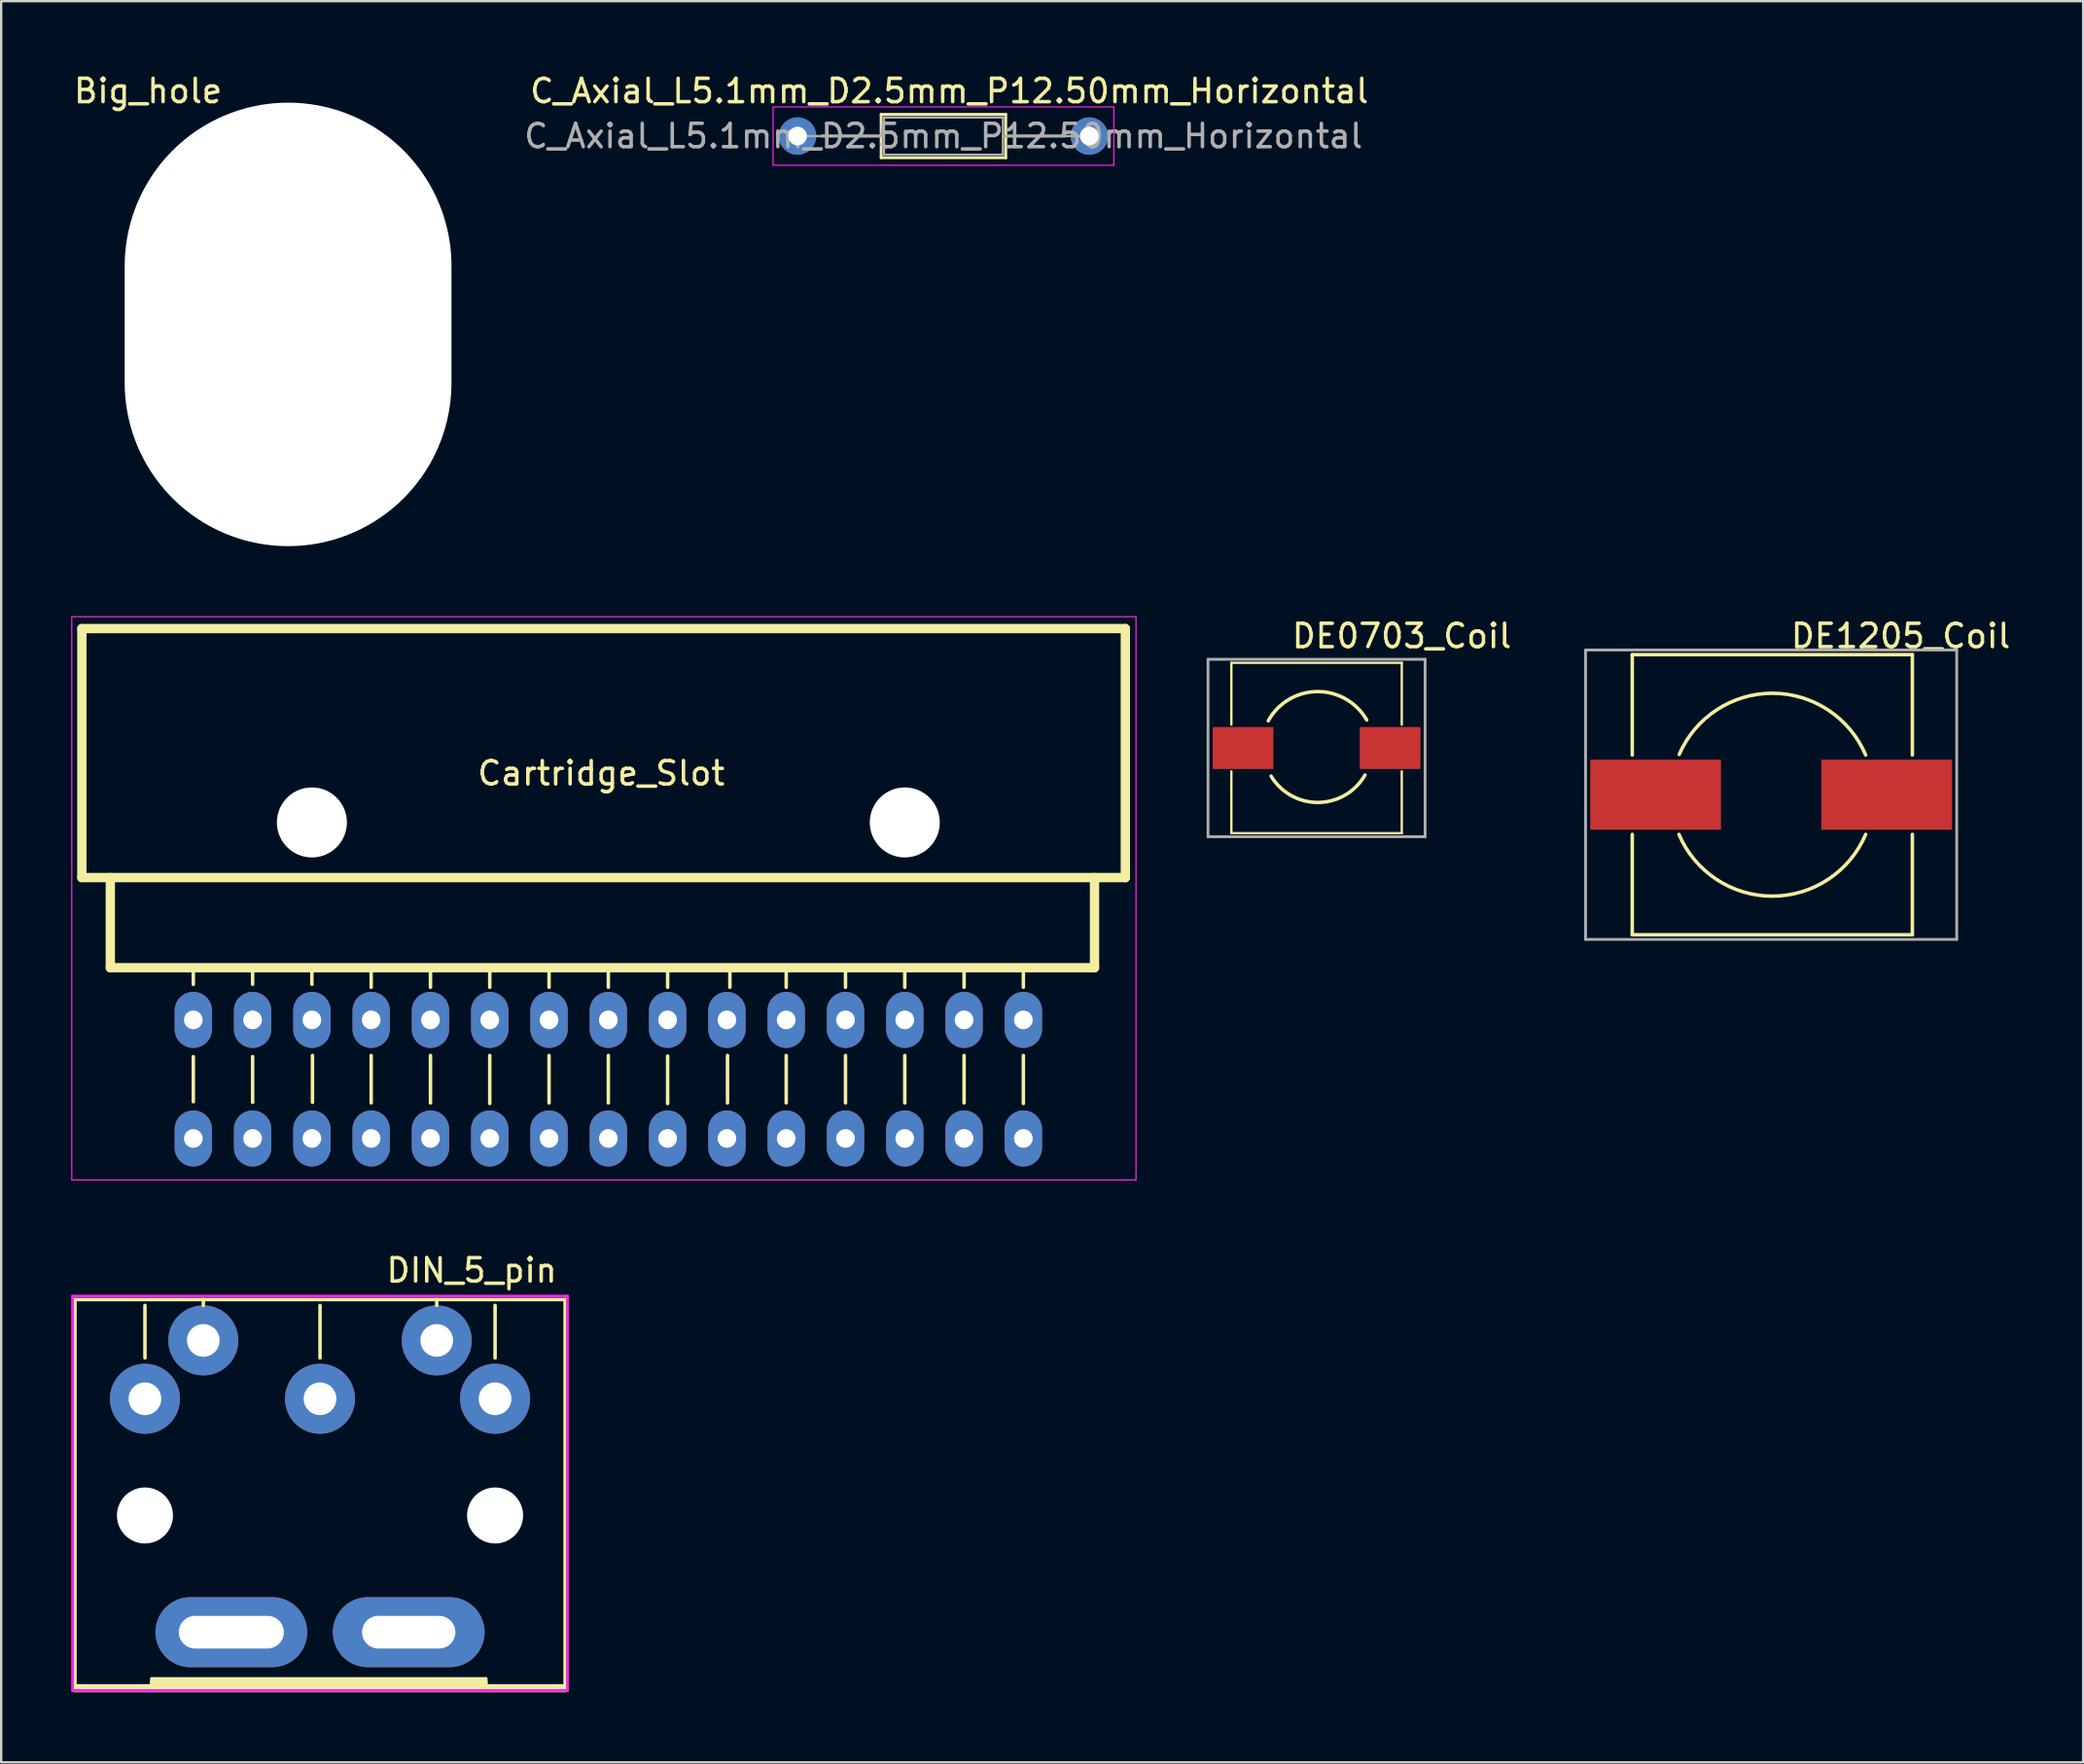
<source format=kicad_pcb>
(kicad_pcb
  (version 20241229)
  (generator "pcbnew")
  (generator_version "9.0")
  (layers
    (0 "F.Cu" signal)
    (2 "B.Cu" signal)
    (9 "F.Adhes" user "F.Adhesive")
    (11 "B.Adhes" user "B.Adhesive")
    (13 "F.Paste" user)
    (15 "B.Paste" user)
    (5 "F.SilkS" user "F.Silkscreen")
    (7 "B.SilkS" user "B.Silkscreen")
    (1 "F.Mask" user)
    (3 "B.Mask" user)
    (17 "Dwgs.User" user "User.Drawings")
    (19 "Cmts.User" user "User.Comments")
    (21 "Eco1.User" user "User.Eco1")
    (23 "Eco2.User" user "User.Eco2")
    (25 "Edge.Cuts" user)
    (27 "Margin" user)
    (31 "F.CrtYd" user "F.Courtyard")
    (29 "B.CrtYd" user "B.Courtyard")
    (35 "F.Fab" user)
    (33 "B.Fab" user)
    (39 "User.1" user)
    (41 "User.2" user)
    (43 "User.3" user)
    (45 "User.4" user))
  (footprint "Big_hole"
    (layer "F.Cu")
    (at 9.292 10.848)
    (property "Reference" "Big_hole" (at -6 -10 0) (layer "F.SilkS") (effects (font (size 1 1) (thickness 0.15))))
    (attr through_hole)
    (pad "" np_thru_hole oval (at 0 0) (size 14 19) (drill oval 14 19) (layers "*.Cu" "*.Mask")))
  (footprint "C_Axial_L5.1mm_D2.5mm_P12.50mm_Horizontal"
    (layer "F.Cu")
    (at 31.119 2.779)
    (property "Reference" "C_Axial_L5.1mm_D2.5mm_P12.50mm_Horizontal" (at 6.502 -1.93 0) (layer "F.SilkS") (effects (font (size 1 1) (thickness 0.15))))
    (attr through_hole)
    (fp_line (start 1.04 0) (end 3.58 0) (stroke (width 0.12) (type solid)) (layer "F.SilkS"))
    (fp_line (start 3.58 -0.93) (end 3.58 0.93) (stroke (width 0.12) (type solid)) (layer "F.SilkS"))
    (fp_line (start 3.58 0.93) (end 8.92 0.93) (stroke (width 0.12) (type solid)) (layer "F.SilkS"))
    (fp_line (start 8.92 -0.93) (end 3.58 -0.93) (stroke (width 0.12) (type solid)) (layer "F.SilkS"))
    (fp_line (start 8.92 0.93) (end 8.92 -0.93) (stroke (width 0.12) (type solid)) (layer "F.SilkS"))
    (fp_line (start 11.46 0) (end 8.92 0) (stroke (width 0.12) (type solid)) (layer "F.SilkS"))
    (fp_line (start -1.05 -1.25) (end -1.05 1.25) (stroke (width 0.05) (type solid)) (layer "F.CrtYd"))
    (fp_line (start -1.05 1.25) (end 13.55 1.25) (stroke (width 0.05) (type solid)) (layer "F.CrtYd"))
    (fp_line (start 13.55 -1.25) (end -1.05 -1.25) (stroke (width 0.05) (type solid)) (layer "F.CrtYd"))
    (fp_line (start 13.55 1.25) (end 13.55 -1.25) (stroke (width 0.05) (type solid)) (layer "F.CrtYd"))
    (fp_line (start 0 0) (end 3.7 0) (stroke (width 0.1) (type solid)) (layer "F.Fab"))
    (fp_line (start 3.7 -0.8) (end 3.7 0.8) (stroke (width 0.1) (type solid)) (layer "F.Fab"))
    (fp_line (start 3.7 0.8) (end 8.8 0.8) (stroke (width 0.1) (type solid)) (layer "F.Fab"))
    (fp_line (start 8.8 -0.8) (end 3.7 -0.8) (stroke (width 0.1) (type solid)) (layer "F.Fab"))
    (fp_line (start 8.8 0.8) (end 8.8 -0.8) (stroke (width 0.1) (type solid)) (layer "F.Fab"))
    (fp_line (start 12.5 0) (end 8.8 0) (stroke (width 0.1) (type solid)) (layer "F.Fab"))
    (fp_text user "${REFERENCE}" (at 6.25 0 0) (layer "F.Fab") (effects (font (size 1 1) (thickness 0.15))))
    (pad "1" thru_hole circle (at 0 0) (size 1.6 1.6) (drill 0.8) (layers "*.Cu" "*.Mask"))
    (pad "2" thru_hole oval (at 12.5 0) (size 1.6 1.6) (drill 0.8) (layers "*.Cu" "*.Mask")))
  (footprint "Cartridge_Slot"
    (layer "F.Cu")
    (at 23.012 45.725)
    (property "Reference" "Cartridge_Slot" (at -0.305 -15.646 0) (layer "F.SilkS") (effects (font (size 1 1) (thickness 0.15))))
    (attr through_hole)
    (fp_line (start -22.555 -21.844) (end -22.555 -11.176) (stroke (width 0.4) (type solid)) (layer "F.SilkS"))
    (fp_line (start -22.555 -11.176) (end 22.149 -11.176) (stroke (width 0.4) (type solid)) (layer "F.SilkS"))
    (fp_line (start -21.336 -11.176) (end -21.336 -7.315) (stroke (width 0.4) (type solid)) (layer "F.SilkS"))
    (fp_line (start -21.336 -7.315) (end 20.828 -7.315) (stroke (width 0.4) (type solid)) (layer "F.SilkS"))
    (fp_line (start -17.78 -6.604) (end -17.78 -7.112) (stroke (width 0.15) (type solid)) (layer "F.SilkS"))
    (fp_line (start -17.78 -3.505) (end -17.78 -1.575) (stroke (width 0.15) (type solid)) (layer "F.SilkS"))
    (fp_line (start -15.24 -6.604) (end -15.24 -7.112) (stroke (width 0.15) (type solid)) (layer "F.SilkS"))
    (fp_line (start -15.24 -3.505) (end -15.24 -1.549) (stroke (width 0.15) (type solid)) (layer "F.SilkS"))
    (fp_line (start -12.7 -6.604) (end -12.7 -7.112) (stroke (width 0.15) (type solid)) (layer "F.SilkS"))
    (fp_line (start -12.675 -3.556) (end -12.675 -1.549) (stroke (width 0.15) (type solid)) (layer "F.SilkS"))
    (fp_line (start -10.16 -6.477) (end -10.16 -7.112) (stroke (width 0.15) (type solid)) (layer "F.SilkS"))
    (fp_line (start -10.16 -3.556) (end -10.16 -1.524) (stroke (width 0.15) (type solid)) (layer "F.SilkS"))
    (fp_line (start -7.62 -6.477) (end -7.62 -7.112) (stroke (width 0.15) (type solid)) (layer "F.SilkS"))
    (fp_line (start -7.62 -3.556) (end -7.62 -1.524) (stroke (width 0.15) (type solid)) (layer "F.SilkS"))
    (fp_line (start -5.08 -6.477) (end -5.08 -7.112) (stroke (width 0.15) (type solid)) (layer "F.SilkS"))
    (fp_line (start -5.08 -3.556) (end -5.08 -1.499) (stroke (width 0.15) (type solid)) (layer "F.SilkS"))
    (fp_line (start -2.54 -6.477) (end -2.54 -7.112) (stroke (width 0.15) (type solid)) (layer "F.SilkS"))
    (fp_line (start -2.54 -3.556) (end -2.54 -1.524) (stroke (width 0.15) (type solid)) (layer "F.SilkS"))
    (fp_line (start 0 -6.477) (end 0 -7.112) (stroke (width 0.15) (type solid)) (layer "F.SilkS"))
    (fp_line (start 0 -3.556) (end 0 -1.524) (stroke (width 0.15) (type solid)) (layer "F.SilkS"))
    (fp_line (start 2.54 -6.477) (end 2.54 -7.112) (stroke (width 0.15) (type solid)) (layer "F.SilkS"))
    (fp_line (start 2.54 -3.531) (end 2.54 -1.499) (stroke (width 0.15) (type solid)) (layer "F.SilkS"))
    (fp_line (start 5.105 -3.556) (end 5.105 -1.524) (stroke (width 0.15) (type solid)) (layer "F.SilkS"))
    (fp_line (start 5.207 -6.477) (end 5.207 -7.112) (stroke (width 0.15) (type solid)) (layer "F.SilkS"))
    (fp_line (start 7.62 -6.477) (end 7.62 -7.112) (stroke (width 0.15) (type solid)) (layer "F.SilkS"))
    (fp_line (start 7.62 -3.556) (end 7.62 -1.524) (stroke (width 0.15) (type solid)) (layer "F.SilkS"))
    (fp_line (start 10.16 -6.477) (end 10.16 -7.112) (stroke (width 0.15) (type solid)) (layer "F.SilkS"))
    (fp_line (start 10.16 -3.556) (end 10.16 -1.524) (stroke (width 0.15) (type solid)) (layer "F.SilkS"))
    (fp_line (start 12.7 -6.477) (end 12.7 -7.112) (stroke (width 0.15) (type solid)) (layer "F.SilkS"))
    (fp_line (start 12.7 -3.556) (end 12.7 -1.524) (stroke (width 0.15) (type solid)) (layer "F.SilkS"))
    (fp_line (start 15.24 -6.477) (end 15.24 -7.112) (stroke (width 0.15) (type solid)) (layer "F.SilkS"))
    (fp_line (start 15.24 -3.556) (end 15.24 -1.524) (stroke (width 0.15) (type solid)) (layer "F.SilkS"))
    (fp_line (start 17.78 -6.477) (end 17.78 -7.112) (stroke (width 0.15) (type solid)) (layer "F.SilkS"))
    (fp_line (start 17.78 -3.556) (end 17.78 -1.499) (stroke (width 0.15) (type solid)) (layer "F.SilkS"))
    (fp_line (start 20.828 -7.315) (end 20.828 -11.176) (stroke (width 0.4) (type solid)) (layer "F.SilkS"))
    (fp_line (start 22.149 -21.844) (end -22.555 -21.844) (stroke (width 0.4) (type solid)) (layer "F.SilkS"))
    (fp_line (start 22.149 -11.176) (end 22.149 -21.844) (stroke (width 0.4) (type solid)) (layer "F.SilkS"))
    (fp_line (start -22.987 -22.352) (end -22.987 1.778) (stroke (width 0.05) (type solid)) (layer "F.CrtYd"))
    (fp_line (start -22.987 -22.352) (end 22.606 -22.352) (stroke (width 0.05) (type solid)) (layer "F.CrtYd"))
    (fp_line (start -22.987 1.778) (end 22.606 1.778) (stroke (width 0.05) (type solid)) (layer "F.CrtYd"))
    (fp_line (start 22.606 -22.352) (end 22.606 1.524) (stroke (width 0.05) (type solid)) (layer "F.CrtYd"))
    (fp_line (start 22.606 1.778) (end 22.606 1.524) (stroke (width 0.05) (type solid)) (layer "F.CrtYd"))
    (pad "" np_thru_hole circle (at -12.7 -13.54) (size 3 3) (drill 3) (layers "*.Cu" "*.Mask"))
    (pad "" np_thru_hole circle (at 12.7 -13.54) (size 3 3) (drill 3) (layers "*.Cu" "*.Mask"))
    (pad "1" thru_hole oval (at 17.78 -5.08) (size 1.6 2.4) (drill 0.8) (layers "*.Cu" "*.Mask"))
    (pad "2" thru_hole oval (at 15.24 -5.08) (size 1.6 2.4) (drill 0.8) (layers "*.Cu" "*.Mask"))
    (pad "3" thru_hole oval (at 12.7 -5.08) (size 1.6 2.4) (drill 0.8) (layers "*.Cu" "*.Mask"))
    (pad "4" thru_hole oval (at 10.16 -5.08) (size 1.6 2.4) (drill 0.8) (layers "*.Cu" "*.Mask"))
    (pad "5" thru_hole oval (at 7.62 -5.08) (size 1.6 2.4) (drill 0.8) (layers "*.Cu" "*.Mask"))
    (pad "6" thru_hole oval (at 5.08 -5.08) (size 1.6 2.4) (drill 0.8) (layers "*.Cu" "*.Mask"))
    (pad "7" thru_hole oval (at 2.54 -5.08) (size 1.6 2.4) (drill 0.8) (layers "*.Cu" "*.Mask"))
    (pad "8" thru_hole oval (at 0 -5.08) (size 1.6 2.4) (drill 0.8) (layers "*.Cu" "*.Mask"))
    (pad "9" thru_hole oval (at -2.54 -5.08) (size 1.6 2.4) (drill 0.8) (layers "*.Cu" "*.Mask"))
    (pad "10" thru_hole oval (at -5.08 -5.08) (size 1.6 2.4) (drill 0.8) (layers "*.Cu" "*.Mask"))
    (pad "11" thru_hole oval (at -7.62 -5.08) (size 1.6 2.4) (drill 0.8) (layers "*.Cu" "*.Mask"))
    (pad "12" thru_hole oval (at -10.16 -5.08) (size 1.6 2.4) (drill 0.8) (layers "*.Cu" "*.Mask"))
    (pad "13" thru_hole oval (at -12.7 -5.08) (size 1.6 2.4) (drill 0.8) (layers "*.Cu" "*.Mask"))
    (pad "14" thru_hole oval (at -15.24 -5.08) (size 1.6 2.4) (drill 0.8) (layers "*.Cu" "*.Mask"))
    (pad "15" thru_hole oval (at -17.78 -5.08) (size 1.6 2.4) (drill 0.8) (layers "*.Cu" "*.Mask"))
    (pad "A" thru_hole oval (at 17.78 0) (size 1.6 2.4) (drill 0.8) (layers "*.Cu" "*.Mask"))
    (pad "B" thru_hole oval (at 15.24 0) (size 1.6 2.4) (drill 0.8) (layers "*.Cu" "*.Mask"))
    (pad "C" thru_hole oval (at 12.7 0) (size 1.6 2.4) (drill 0.8) (layers "*.Cu" "*.Mask"))
    (pad "D" thru_hole oval (at 10.16 0) (size 1.6 2.4) (drill 0.8) (layers "*.Cu" "*.Mask"))
    (pad "E" thru_hole oval (at 7.62 0) (size 1.6 2.4) (drill 0.8) (layers "*.Cu" "*.Mask"))
    (pad "F" thru_hole oval (at 5.08 0) (size 1.6 2.4) (drill 0.8) (layers "*.Cu" "*.Mask"))
    (pad "H" thru_hole oval (at 2.54 0) (size 1.6 2.4) (drill 0.8) (layers "*.Cu" "*.Mask"))
    (pad "J" thru_hole oval (at 0 0) (size 1.6 2.4) (drill 0.8) (layers "*.Cu" "*.Mask"))
    (pad "K" thru_hole oval (at -2.54 0) (size 1.6 2.4) (drill 0.8) (layers "*.Cu" "*.Mask"))
    (pad "L" thru_hole oval (at -5.08 0) (size 1.6 2.4) (drill 0.8) (layers "*.Cu" "*.Mask"))
    (pad "M" thru_hole oval (at -7.62 0) (size 1.6 2.4) (drill 0.8) (layers "*.Cu" "*.Mask"))
    (pad "N" thru_hole oval (at -10.16 0) (size 1.6 2.4) (drill 0.8) (layers "*.Cu" "*.Mask"))
    (pad "P" thru_hole oval (at -12.7 0) (size 1.6 2.4) (drill 0.8) (layers "*.Cu" "*.Mask"))
    (pad "R" thru_hole oval (at -15.24 0) (size 1.6 2.4) (drill 0.8) (layers "*.Cu" "*.Mask"))
    (pad "S" thru_hole oval (at -17.78 0) (size 1.6 2.4) (drill 0.8) (layers "*.Cu" "*.Mask")))
  (footprint "DE0703_Coil"
    (layer "F.Cu")
    (at 50.203 28.997)
    (property "Reference" "DE0703_Coil" (at 6.8 -4.8 0) (layer "F.SilkS") (effects (font (size 1 1) (thickness 0.15))))
    (attr through_hole)
    (fp_line (start -0.5 -3.65) (end -0.5 -1) (stroke (width 0.1) (type solid)) (layer "F.SilkS"))
    (fp_line (start -0.5 -3.65) (end 6.8 -3.65) (stroke (width 0.1) (type solid)) (layer "F.SilkS"))
    (fp_line (start -0.5 3.65) (end -0.5 1) (stroke (width 0.1) (type solid)) (layer "F.SilkS"))
    (fp_line (start -0.5 3.65) (end 6.8 3.65) (stroke (width 0.1) (type solid)) (layer "F.SilkS"))
    (fp_line (start 6.8 -3.65) (end 6.8 -1) (stroke (width 0.1) (type solid)) (layer "F.SilkS"))
    (fp_line (start 6.8 3.65) (end 6.8 1) (stroke (width 0.1) (type solid)) (layer "F.SilkS"))
    (fp_arc (start 1.080718 -1.165606) (mid 3.180285 -2.418596) (end 5.299999 -1.199999) (stroke (width 0.15) (type solid)) (layer "F.SilkS"))
    (fp_arc (start 5.225072 1.157185) (mid 3.224808 2.332247) (end 1.200001 1.199999) (stroke (width 0.15) (type solid)) (layer "F.SilkS"))
    (fp_line (start -1.5 -3.8) (end 7.8 -3.8) (stroke (width 0.12) (type solid)) (layer "F.Fab"))
    (fp_line (start -1.5 3.8) (end -1.5 -3.8) (stroke (width 0.12) (type solid)) (layer "F.Fab"))
    (fp_line (start 7.8 -3.8) (end 7.8 3.8) (stroke (width 0.12) (type solid)) (layer "F.Fab"))
    (fp_line (start 7.8 3.8) (end -1.5 3.8) (stroke (width 0.12) (type solid)) (layer "F.Fab"))
    (pad "1" smd rect (at 0 0) (size 2.6 1.8) (layers "F.Cu" "F.Mask" "F.Paste"))
    (pad "2" smd rect (at 6.3 0) (size 2.6 1.8) (layers "F.Cu" "F.Mask" "F.Paste")))
  (footprint "DE1205_Coil"
    (layer "F.Cu")
    (at 67.878 30.997)
    (property "Reference" "DE1205_Coil" (at 10.5 -6.8 0) (layer "F.SilkS") (effects (font (size 1 1) (thickness 0.15))))
    (attr through_hole)
    (fp_line (start -1 -6) (end -1 -1.7) (stroke (width 0.15) (type solid)) (layer "F.SilkS"))
    (fp_line (start -1 -6) (end 11 -6) (stroke (width 0.15) (type solid)) (layer "F.SilkS"))
    (fp_line (start -1 6) (end -1 1.7) (stroke (width 0.15) (type solid)) (layer "F.SilkS"))
    (fp_line (start -1 6) (end 11 6) (stroke (width 0.15) (type solid)) (layer "F.SilkS"))
    (fp_line (start 11 -6) (end 11 -1.7) (stroke (width 0.15) (type solid)) (layer "F.SilkS"))
    (fp_line (start 11 6) (end 11 1.7) (stroke (width 0.15) (type solid)) (layer "F.SilkS"))
    (fp_arc (start 1.010754 -1.72508) (mid 5.013644 -4.34624) (end 8.999999 -1.699999) (stroke (width 0.15) (type solid)) (layer "F.SilkS"))
    (fp_arc (start 8.999999 1.7) (mid 5 4.346262) (end 1.000001 1.699999) (stroke (width 0.15) (type solid)) (layer "F.SilkS"))
    (fp_line (start -3 -6.2) (end 12.9 -6.2) (stroke (width 0.12) (type solid)) (layer "F.Fab"))
    (fp_line (start -3 -1.1) (end -3 -6.2) (stroke (width 0.12) (type solid)) (layer "F.Fab"))
    (fp_line (start -3 6.2) (end -3 -1.1) (stroke (width 0.12) (type solid)) (layer "F.Fab"))
    (fp_line (start 12.9 -6.2) (end 12.9 6.2) (stroke (width 0.12) (type solid)) (layer "F.Fab"))
    (fp_line (start 12.9 6.2) (end -3 6.2) (stroke (width 0.12) (type solid)) (layer "F.Fab"))
    (pad "1" smd rect (at 0 0) (size 5.6 3) (layers "F.Cu" "F.Mask" "F.Paste"))
    (pad "2" smd rect (at 9.9 0) (size 5.6 3) (layers "F.Cu" "F.Mask" "F.Paste")))
  (footprint "DIN_5_pin"
    (layer "F.Cu")
    (at 10.66 56.877)
    (property "Reference" "DIN_5_pin" (at 6.5 -5.5 0) (layer "F.SilkS") (effects (font (size 1 1) (thickness 0.15))))
    (attr through_hole)
    (fp_line (start -10.5 -4.25) (end -10.5 12.5) (stroke (width 0.15) (type solid)) (layer "F.SilkS"))
    (fp_line (start -10.5 12.3) (end 10.4 12.3) (stroke (width 0.15) (type solid)) (layer "F.SilkS"))
    (fp_line (start -10.5 12.4) (end 10.4 12.4) (stroke (width 0.15) (type solid)) (layer "F.SilkS"))
    (fp_line (start -10.5 12.5) (end 10.5 12.5) (stroke (width 0.15) (type solid)) (layer "F.SilkS"))
    (fp_line (start -7.5 -1.75) (end -7.5 -4) (stroke (width 0.15) (type solid)) (layer "F.SilkS"))
    (fp_line (start -7.2 12) (end 7.1 12) (stroke (width 0.15) (type solid)) (layer "F.SilkS"))
    (fp_line (start -7.2 12.1) (end -7.2 12.3) (stroke (width 0.15) (type solid)) (layer "F.SilkS"))
    (fp_line (start -7.2 12.1) (end 7.1 12.1) (stroke (width 0.15) (type solid)) (layer "F.SilkS"))
    (fp_line (start -7.2 12.2) (end 7.1 12.2) (stroke (width 0.15) (type solid)) (layer "F.SilkS"))
    (fp_line (start -7.2 12.3) (end -7.2 12) (stroke (width 0.15) (type solid)) (layer "F.SilkS"))
    (fp_line (start -5 -4.25) (end -5 -4) (stroke (width 0.15) (type solid)) (layer "F.SilkS"))
    (fp_line (start 0 -1.75) (end 0 -4) (stroke (width 0.15) (type solid)) (layer "F.SilkS"))
    (fp_line (start 5 -4.25) (end 5 -4) (stroke (width 0.15) (type solid)) (layer "F.SilkS"))
    (fp_line (start 7.1 12) (end 7.1 12.3) (stroke (width 0.15) (type solid)) (layer "F.SilkS"))
    (fp_line (start 7.1 12.1) (end 7.1 12.3) (stroke (width 0.15) (type solid)) (layer "F.SilkS"))
    (fp_line (start 7.5 -1.75) (end 7.5 -4) (stroke (width 0.15) (type solid)) (layer "F.SilkS"))
    (fp_line (start 10.5 -4.25) (end -10.5 -4.25) (stroke (width 0.15) (type solid)) (layer "F.SilkS"))
    (fp_line (start 10.5 -4.25) (end 10.5 12.5) (stroke (width 0.15) (type solid)) (layer "F.SilkS"))
    (fp_line (start -10.6 -4.4) (end -10.6 12.5) (stroke (width 0.12) (type solid)) (layer "F.CrtYd"))
    (fp_line (start -10.6 12.5) (end 10.6 12.5) (stroke (width 0.12) (type solid)) (layer "F.CrtYd"))
    (fp_line (start 10.6 -4.4) (end -10.6 -4.4) (stroke (width 0.12) (type solid)) (layer "F.CrtYd"))
    (fp_line (start 10.6 12.5) (end 10.6 -4.4) (stroke (width 0.12) (type solid)) (layer "F.CrtYd"))
    (pad "" np_thru_hole circle (at -7.5 5) (size 2.4 2.4) (drill 2.4) (layers "*.Cu" "*.Mask"))
    (pad "" thru_hole oval (at -3.8 10) (size 6.5 3) (drill oval 4.5 1.4) (layers "*.Cu" "*.Mask"))
    (pad "" thru_hole oval (at 3.8 10) (size 6.5 3) (drill oval 4 1.4) (layers "*.Cu" "*.Mask"))
    (pad "" np_thru_hole circle (at 7.5 5) (size 2.4 2.4) (drill 2.4) (layers "*.Cu" "*.Mask"))
    (pad "1" thru_hole circle (at 7.5 0) (size 3 3) (drill 1.4) (layers "*.Cu" "*.Mask"))
    (pad "2" thru_hole circle (at 0 0) (size 3 3) (drill 1.4) (layers "*.Cu" "*.Mask"))
    (pad "3" thru_hole circle (at -7.5 0) (size 3 3) (drill 1.4) (layers "*.Cu" "*.Mask"))
    (pad "4" thru_hole circle (at 5 -2.5) (size 3 3) (drill 1.4) (layers "*.Cu" "*.Mask"))
    (pad "5" thru_hole circle (at -5 -2.5) (size 3 3) (drill 1.4) (layers "*.Cu" "*.Mask")))
  (gr_rect
    (start -3 -3)
    (end 86.194 72.451)
    (stroke (width 0.1) (type default))
    (fill no)
    (layer "Edge.Cuts")))
</source>
